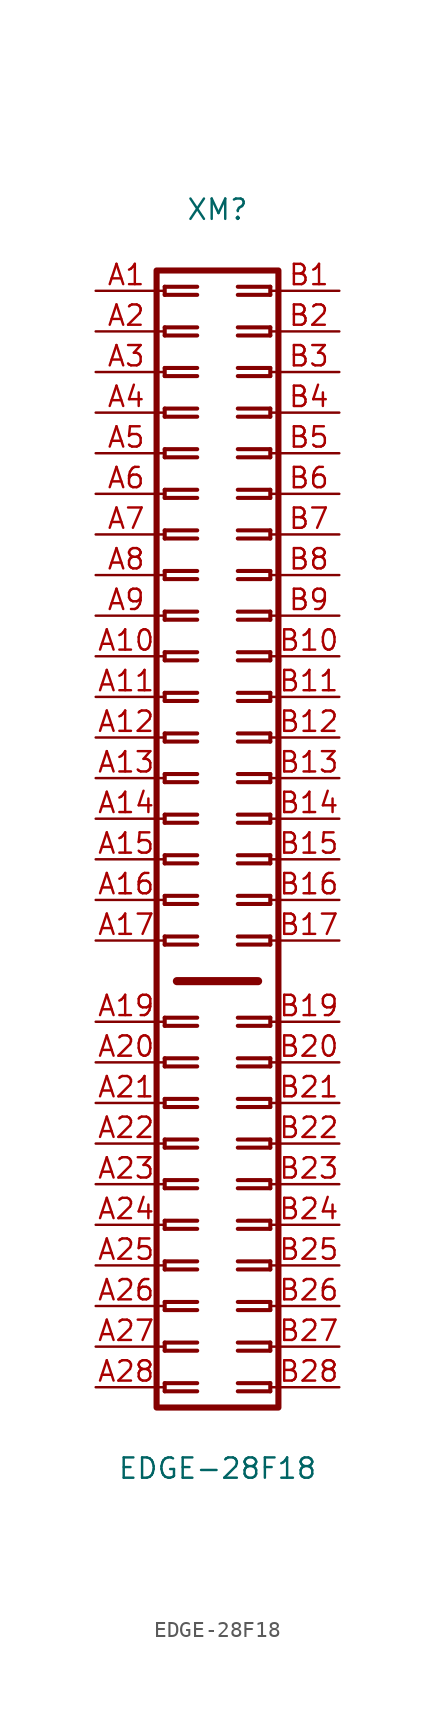
<source format=kicad_sym>
(kicad_symbol_lib
  (version 20231120)
  (generator "kicad_symbol_editor")
  (generator_version "8.0")
  (symbol "EDGE-28F18"
    (pin_names
      (offset 1.016))
    (property "Reference" "XM"
      (at 0 39.37 0)
      (effects (font (size 1.27 1.27))))
    (property "Value" "EDGE-28F18"
      (at 0 -39.37 0)
      (effects (font (size 1.27 1.27))))
    (symbol "EDGE-28F18_0_0"
      (polyline (pts (xy -2.54 -8.89) (xy 2.54 -8.89)) (stroke (width 0.508) (type default)) (fill (type none))))
    (symbol "EDGE-28F18_0_1"
      (rectangle (start -3.81 35.56) (end 3.81 -35.56) (stroke (width 0.381) (type default)) (fill (type none)))
      (polyline (pts (xy -3.81 -34.29) (xy -3.302 -34.29)) (stroke (width 0) (type default)) (fill (type none)))
      (polyline (pts (xy -3.81 -31.75) (xy -3.302 -31.75)) (stroke (width 0) (type default)) (fill (type none)))
      (polyline (pts (xy -3.81 -29.21) (xy -3.302 -29.21)) (stroke (width 0) (type default)) (fill (type none)))
      (polyline (pts (xy -3.81 -26.67) (xy -3.302 -26.67)) (stroke (width 0) (type default)) (fill (type none)))
      (polyline (pts (xy -3.81 -24.13) (xy -3.302 -24.13)) (stroke (width 0) (type default)) (fill (type none)))
      (polyline (pts (xy -3.81 -21.59) (xy -3.302 -21.59)) (stroke (width 0) (type default)) (fill (type none)))
      (polyline (pts (xy -3.81 -19.05) (xy -3.302 -19.05)) (stroke (width 0) (type default)) (fill (type none)))
      (polyline (pts (xy -3.81 -16.51) (xy -3.302 -16.51)) (stroke (width 0) (type default)) (fill (type none)))
      (polyline (pts (xy -3.81 -13.97) (xy -3.302 -13.97)) (stroke (width 0) (type default)) (fill (type none)))
      (polyline (pts (xy -3.81 -11.43) (xy -3.302 -11.43)) (stroke (width 0) (type default)) (fill (type none)))
      (polyline (pts (xy -3.81 -6.35) (xy -3.302 -6.35)) (stroke (width 0) (type default)) (fill (type none)))
      (polyline (pts (xy -3.81 -3.81) (xy -3.302 -3.81)) (stroke (width 0) (type default)) (fill (type none)))
      (polyline (pts (xy -3.81 -1.27) (xy -3.302 -1.27)) (stroke (width 0) (type default)) (fill (type none)))
      (polyline (pts (xy -3.81 1.27) (xy -3.302 1.27)) (stroke (width 0) (type default)) (fill (type none)))
      (polyline (pts (xy -3.81 3.81) (xy -3.302 3.81)) (stroke (width 0) (type default)) (fill (type none)))
      (polyline (pts (xy -3.81 6.35) (xy -3.302 6.35)) (stroke (width 0) (type default)) (fill (type none)))
      (polyline (pts (xy -3.81 8.89) (xy -3.302 8.89)) (stroke (width 0) (type default)) (fill (type none)))
      (polyline (pts (xy -3.81 11.43) (xy -3.302 11.43)) (stroke (width 0) (type default)) (fill (type none)))
      (polyline (pts (xy -3.81 13.97) (xy -3.302 13.97)) (stroke (width 0) (type default)) (fill (type none)))
      (polyline (pts (xy -3.81 16.51) (xy -3.302 16.51)) (stroke (width 0) (type default)) (fill (type none)))
      (polyline (pts (xy -3.81 19.05) (xy -3.302 19.05)) (stroke (width 0) (type default)) (fill (type none)))
      (polyline (pts (xy -3.81 21.59) (xy -3.302 21.59)) (stroke (width 0) (type default)) (fill (type none)))
      (polyline (pts (xy -3.81 24.13) (xy -3.302 24.13)) (stroke (width 0) (type default)) (fill (type none)))
      (polyline (pts (xy -3.81 26.67) (xy -3.302 26.67)) (stroke (width 0) (type default)) (fill (type none)))
      (polyline (pts (xy -3.81 29.21) (xy -3.302 29.21)) (stroke (width 0) (type default)) (fill (type none)))
      (polyline (pts (xy -3.81 31.75) (xy -3.302 31.75)) (stroke (width 0) (type default)) (fill (type none)))
      (polyline (pts (xy -3.81 34.29) (xy -3.302 34.29)) (stroke (width 0) (type default)) (fill (type none)))
      (polyline (pts (xy -3.302 -34.544) (xy -3.302 -34.036)) (stroke (width 0.254) (type default)) (fill (type none)))
      (polyline (pts (xy -3.302 -34.544) (xy -1.27 -34.544)) (stroke (width 0.254) (type default)) (fill (type none)))
      (polyline (pts (xy -3.302 -34.036) (xy -1.27 -34.036)) (stroke (width 0.254) (type default)) (fill (type none)))
      (polyline (pts (xy -3.302 -32.004) (xy -3.302 -31.496)) (stroke (width 0.254) (type default)) (fill (type none)))
      (polyline (pts (xy -3.302 -32.004) (xy -1.27 -32.004)) (stroke (width 0.254) (type default)) (fill (type none)))
      (polyline (pts (xy -3.302 -31.496) (xy -1.27 -31.496)) (stroke (width 0.254) (type default)) (fill (type none)))
      (polyline (pts (xy -3.302 -29.464) (xy -3.302 -28.956)) (stroke (width 0.254) (type default)) (fill (type none)))
      (polyline (pts (xy -3.302 -29.464) (xy -1.27 -29.464)) (stroke (width 0.254) (type default)) (fill (type none)))
      (polyline (pts (xy -3.302 -28.956) (xy -1.27 -28.956)) (stroke (width 0.254) (type default)) (fill (type none)))
      (polyline (pts (xy -3.302 -26.924) (xy -3.302 -26.416)) (stroke (width 0.254) (type default)) (fill (type none)))
      (polyline (pts (xy -3.302 -26.924) (xy -1.27 -26.924)) (stroke (width 0.254) (type default)) (fill (type none)))
      (polyline (pts (xy -3.302 -26.416) (xy -1.27 -26.416)) (stroke (width 0.254) (type default)) (fill (type none)))
      (polyline (pts (xy -3.302 -24.384) (xy -3.302 -23.876)) (stroke (width 0.254) (type default)) (fill (type none)))
      (polyline (pts (xy -3.302 -24.384) (xy -1.27 -24.384)) (stroke (width 0.254) (type default)) (fill (type none)))
      (polyline (pts (xy -3.302 -23.876) (xy -1.27 -23.876)) (stroke (width 0.254) (type default)) (fill (type none)))
      (polyline (pts (xy -3.302 -21.844) (xy -3.302 -21.336)) (stroke (width 0.254) (type default)) (fill (type none)))
      (polyline (pts (xy -3.302 -21.844) (xy -1.27 -21.844)) (stroke (width 0.254) (type default)) (fill (type none)))
      (polyline (pts (xy -3.302 -21.336) (xy -1.27 -21.336)) (stroke (width 0.254) (type default)) (fill (type none)))
      (polyline (pts (xy -3.302 -19.304) (xy -3.302 -18.796)) (stroke (width 0.254) (type default)) (fill (type none)))
      (polyline (pts (xy -3.302 -19.304) (xy -1.27 -19.304)) (stroke (width 0.254) (type default)) (fill (type none)))
      (polyline (pts (xy -3.302 -18.796) (xy -1.27 -18.796)) (stroke (width 0.254) (type default)) (fill (type none)))
      (polyline (pts (xy -3.302 -16.764) (xy -3.302 -16.256)) (stroke (width 0.254) (type default)) (fill (type none)))
      (polyline (pts (xy -3.302 -16.764) (xy -1.27 -16.764)) (stroke (width 0.254) (type default)) (fill (type none)))
      (polyline (pts (xy -3.302 -16.256) (xy -1.27 -16.256)) (stroke (width 0.254) (type default)) (fill (type none)))
      (polyline (pts (xy -3.302 -14.224) (xy -3.302 -13.716)) (stroke (width 0.254) (type default)) (fill (type none)))
      (polyline (pts (xy -3.302 -14.224) (xy -1.27 -14.224)) (stroke (width 0.254) (type default)) (fill (type none)))
      (polyline (pts (xy -3.302 -13.716) (xy -1.27 -13.716)) (stroke (width 0.254) (type default)) (fill (type none)))
      (polyline (pts (xy -3.302 -11.684) (xy -3.302 -11.176)) (stroke (width 0.254) (type default)) (fill (type none)))
      (polyline (pts (xy -3.302 -11.684) (xy -1.27 -11.684)) (stroke (width 0.254) (type default)) (fill (type none)))
      (polyline (pts (xy -3.302 -11.176) (xy -1.27 -11.176)) (stroke (width 0.254) (type default)) (fill (type none)))
      (polyline (pts (xy -3.302 -6.604) (xy -3.302 -6.096)) (stroke (width 0.254) (type default)) (fill (type none)))
      (polyline (pts (xy -3.302 -6.604) (xy -1.27 -6.604)) (stroke (width 0.254) (type default)) (fill (type none)))
      (polyline (pts (xy -3.302 -6.096) (xy -1.27 -6.096)) (stroke (width 0.254) (type default)) (fill (type none)))
      (polyline (pts (xy -3.302 -4.064) (xy -3.302 -3.556)) (stroke (width 0.254) (type default)) (fill (type none)))
      (polyline (pts (xy -3.302 -4.064) (xy -1.27 -4.064)) (stroke (width 0.254) (type default)) (fill (type none)))
      (polyline (pts (xy -3.302 -3.556) (xy -1.27 -3.556)) (stroke (width 0.254) (type default)) (fill (type none)))
      (polyline (pts (xy -3.302 -1.524) (xy -3.302 -1.016)) (stroke (width 0.254) (type default)) (fill (type none)))
      (polyline (pts (xy -3.302 -1.524) (xy -1.27 -1.524)) (stroke (width 0.254) (type default)) (fill (type none)))
      (polyline (pts (xy -3.302 -1.016) (xy -1.27 -1.016)) (stroke (width 0.254) (type default)) (fill (type none)))
      (polyline (pts (xy -3.302 1.016) (xy -3.302 1.524)) (stroke (width 0.254) (type default)) (fill (type none)))
      (polyline (pts (xy -3.302 1.016) (xy -1.27 1.016)) (stroke (width 0.254) (type default)) (fill (type none)))
      (polyline (pts (xy -3.302 1.524) (xy -1.27 1.524)) (stroke (width 0.254) (type default)) (fill (type none)))
      (polyline (pts (xy -3.302 3.556) (xy -3.302 4.064)) (stroke (width 0.254) (type default)) (fill (type none)))
      (polyline (pts (xy -3.302 3.556) (xy -1.27 3.556)) (stroke (width 0.254) (type default)) (fill (type none)))
      (polyline (pts (xy -3.302 4.064) (xy -1.27 4.064)) (stroke (width 0.254) (type default)) (fill (type none)))
      (polyline (pts (xy -3.302 6.096) (xy -3.302 6.604)) (stroke (width 0.254) (type default)) (fill (type none)))
      (polyline (pts (xy -3.302 6.096) (xy -1.27 6.096)) (stroke (width 0.254) (type default)) (fill (type none)))
      (polyline (pts (xy -3.302 6.604) (xy -1.27 6.604)) (stroke (width 0.254) (type default)) (fill (type none)))
      (polyline (pts (xy -3.302 8.636) (xy -3.302 9.144)) (stroke (width 0.254) (type default)) (fill (type none)))
      (polyline (pts (xy -3.302 8.636) (xy -1.27 8.636)) (stroke (width 0.254) (type default)) (fill (type none)))
      (polyline (pts (xy -3.302 9.144) (xy -1.27 9.144)) (stroke (width 0.254) (type default)) (fill (type none)))
      (polyline (pts (xy -3.302 11.176) (xy -3.302 11.684)) (stroke (width 0.254) (type default)) (fill (type none)))
      (polyline (pts (xy -3.302 11.176) (xy -1.27 11.176)) (stroke (width 0.254) (type default)) (fill (type none)))
      (polyline (pts (xy -3.302 11.684) (xy -1.27 11.684)) (stroke (width 0.254) (type default)) (fill (type none)))
      (polyline (pts (xy -3.302 13.716) (xy -3.302 14.224)) (stroke (width 0.254) (type default)) (fill (type none)))
      (polyline (pts (xy -3.302 13.716) (xy -1.27 13.716)) (stroke (width 0.254) (type default)) (fill (type none)))
      (polyline (pts (xy -3.302 14.224) (xy -1.27 14.224)) (stroke (width 0.254) (type default)) (fill (type none)))
      (polyline (pts (xy -3.302 16.256) (xy -3.302 16.764)) (stroke (width 0.254) (type default)) (fill (type none)))
      (polyline (pts (xy -3.302 16.256) (xy -1.27 16.256)) (stroke (width 0.254) (type default)) (fill (type none)))
      (polyline (pts (xy -3.302 16.764) (xy -1.27 16.764)) (stroke (width 0.254) (type default)) (fill (type none)))
      (polyline (pts (xy -3.302 18.796) (xy -3.302 19.304)) (stroke (width 0.254) (type default)) (fill (type none)))
      (polyline (pts (xy -3.302 18.796) (xy -1.27 18.796)) (stroke (width 0.254) (type default)) (fill (type none)))
      (polyline (pts (xy -3.302 19.304) (xy -1.27 19.304)) (stroke (width 0.254) (type default)) (fill (type none)))
      (polyline (pts (xy -3.302 21.336) (xy -3.302 21.844)) (stroke (width 0.254) (type default)) (fill (type none)))
      (polyline (pts (xy -3.302 21.336) (xy -1.27 21.336)) (stroke (width 0.254) (type default)) (fill (type none)))
      (polyline (pts (xy -3.302 21.844) (xy -1.27 21.844)) (stroke (width 0.254) (type default)) (fill (type none)))
      (polyline (pts (xy -3.302 23.876) (xy -3.302 24.384)) (stroke (width 0.254) (type default)) (fill (type none)))
      (polyline (pts (xy -3.302 23.876) (xy -1.27 23.876)) (stroke (width 0.254) (type default)) (fill (type none)))
      (polyline (pts (xy -3.302 24.384) (xy -1.27 24.384)) (stroke (width 0.254) (type default)) (fill (type none)))
      (polyline (pts (xy -3.302 26.416) (xy -3.302 26.924)) (stroke (width 0.254) (type default)) (fill (type none)))
      (polyline (pts (xy -3.302 26.416) (xy -1.27 26.416)) (stroke (width 0.254) (type default)) (fill (type none)))
      (polyline (pts (xy -3.302 26.924) (xy -1.27 26.924)) (stroke (width 0.254) (type default)) (fill (type none)))
      (polyline (pts (xy -3.302 28.956) (xy -3.302 29.464)) (stroke (width 0.254) (type default)) (fill (type none)))
      (polyline (pts (xy -3.302 28.956) (xy -1.27 28.956)) (stroke (width 0.254) (type default)) (fill (type none)))
      (polyline (pts (xy -3.302 29.464) (xy -1.27 29.464)) (stroke (width 0.254) (type default)) (fill (type none)))
      (polyline (pts (xy -3.302 31.496) (xy -3.302 32.004)) (stroke (width 0.254) (type default)) (fill (type none)))
      (polyline (pts (xy -3.302 31.496) (xy -1.27 31.496)) (stroke (width 0.254) (type default)) (fill (type none)))
      (polyline (pts (xy -3.302 32.004) (xy -1.27 32.004)) (stroke (width 0.254) (type default)) (fill (type none)))
      (polyline (pts (xy -3.302 34.036) (xy -3.302 34.544)) (stroke (width 0.254) (type default)) (fill (type none)))
      (polyline (pts (xy -3.302 34.036) (xy -1.27 34.036)) (stroke (width 0.254) (type default)) (fill (type none)))
      (polyline (pts (xy -3.302 34.544) (xy -1.27 34.544)) (stroke (width 0.254) (type default)) (fill (type none)))
      (polyline (pts (xy 3.302 -34.544) (xy 1.27 -34.544)) (stroke (width 0.254) (type default)) (fill (type none)))
      (polyline (pts (xy 3.302 -34.544) (xy 3.302 -34.036)) (stroke (width 0.254) (type default)) (fill (type none)))
      (polyline (pts (xy 3.302 -34.036) (xy 1.27 -34.036)) (stroke (width 0.254) (type default)) (fill (type none)))
      (polyline (pts (xy 3.302 -32.004) (xy 1.27 -32.004)) (stroke (width 0.254) (type default)) (fill (type none)))
      (polyline (pts (xy 3.302 -32.004) (xy 3.302 -31.496)) (stroke (width 0.254) (type default)) (fill (type none)))
      (polyline (pts (xy 3.302 -31.496) (xy 1.27 -31.496)) (stroke (width 0.254) (type default)) (fill (type none)))
      (polyline (pts (xy 3.302 -29.464) (xy 1.27 -29.464)) (stroke (width 0.254) (type default)) (fill (type none)))
      (polyline (pts (xy 3.302 -29.464) (xy 3.302 -28.956)) (stroke (width 0.254) (type default)) (fill (type none)))
      (polyline (pts (xy 3.302 -28.956) (xy 1.27 -28.956)) (stroke (width 0.254) (type default)) (fill (type none)))
      (polyline (pts (xy 3.302 -26.924) (xy 1.27 -26.924)) (stroke (width 0.254) (type default)) (fill (type none)))
      (polyline (pts (xy 3.302 -26.924) (xy 3.302 -26.416)) (stroke (width 0.254) (type default)) (fill (type none)))
      (polyline (pts (xy 3.302 -26.416) (xy 1.27 -26.416)) (stroke (width 0.254) (type default)) (fill (type none)))
      (polyline (pts (xy 3.302 -24.384) (xy 1.27 -24.384)) (stroke (width 0.254) (type default)) (fill (type none)))
      (polyline (pts (xy 3.302 -24.384) (xy 3.302 -23.876)) (stroke (width 0.254) (type default)) (fill (type none)))
      (polyline (pts (xy 3.302 -23.876) (xy 1.27 -23.876)) (stroke (width 0.254) (type default)) (fill (type none)))
      (polyline (pts (xy 3.302 -21.844) (xy 1.27 -21.844)) (stroke (width 0.254) (type default)) (fill (type none)))
      (polyline (pts (xy 3.302 -21.844) (xy 3.302 -21.336)) (stroke (width 0.254) (type default)) (fill (type none)))
      (polyline (pts (xy 3.302 -21.336) (xy 1.27 -21.336)) (stroke (width 0.254) (type default)) (fill (type none)))
      (polyline (pts (xy 3.302 -19.304) (xy 1.27 -19.304)) (stroke (width 0.254) (type default)) (fill (type none)))
      (polyline (pts (xy 3.302 -19.304) (xy 3.302 -18.796)) (stroke (width 0.254) (type default)) (fill (type none)))
      (polyline (pts (xy 3.302 -18.796) (xy 1.27 -18.796)) (stroke (width 0.254) (type default)) (fill (type none)))
      (polyline (pts (xy 3.302 -16.764) (xy 1.27 -16.764)) (stroke (width 0.254) (type default)) (fill (type none)))
      (polyline (pts (xy 3.302 -16.764) (xy 3.302 -16.256)) (stroke (width 0.254) (type default)) (fill (type none)))
      (polyline (pts (xy 3.302 -16.256) (xy 1.27 -16.256)) (stroke (width 0.254) (type default)) (fill (type none)))
      (polyline (pts (xy 3.302 -14.224) (xy 1.27 -14.224)) (stroke (width 0.254) (type default)) (fill (type none)))
      (polyline (pts (xy 3.302 -14.224) (xy 3.302 -13.716)) (stroke (width 0.254) (type default)) (fill (type none)))
      (polyline (pts (xy 3.302 -13.716) (xy 1.27 -13.716)) (stroke (width 0.254) (type default)) (fill (type none)))
      (polyline (pts (xy 3.302 -11.684) (xy 1.27 -11.684)) (stroke (width 0.254) (type default)) (fill (type none)))
      (polyline (pts (xy 3.302 -11.684) (xy 3.302 -11.176)) (stroke (width 0.254) (type default)) (fill (type none)))
      (polyline (pts (xy 3.302 -11.176) (xy 1.27 -11.176)) (stroke (width 0.254) (type default)) (fill (type none)))
      (polyline (pts (xy 3.302 -6.604) (xy 1.27 -6.604)) (stroke (width 0.254) (type default)) (fill (type none)))
      (polyline (pts (xy 3.302 -6.604) (xy 3.302 -6.096)) (stroke (width 0.254) (type default)) (fill (type none)))
      (polyline (pts (xy 3.302 -6.096) (xy 1.27 -6.096)) (stroke (width 0.254) (type default)) (fill (type none)))
      (polyline (pts (xy 3.302 -4.064) (xy 1.27 -4.064)) (stroke (width 0.254) (type default)) (fill (type none)))
      (polyline (pts (xy 3.302 -4.064) (xy 3.302 -3.556)) (stroke (width 0.254) (type default)) (fill (type none)))
      (polyline (pts (xy 3.302 -3.556) (xy 1.27 -3.556)) (stroke (width 0.254) (type default)) (fill (type none)))
      (polyline (pts (xy 3.302 -1.524) (xy 1.27 -1.524)) (stroke (width 0.254) (type default)) (fill (type none)))
      (polyline (pts (xy 3.302 -1.524) (xy 3.302 -1.016)) (stroke (width 0.254) (type default)) (fill (type none)))
      (polyline (pts (xy 3.302 -1.016) (xy 1.27 -1.016)) (stroke (width 0.254) (type default)) (fill (type none)))
      (polyline (pts (xy 3.302 1.016) (xy 1.27 1.016)) (stroke (width 0.254) (type default)) (fill (type none)))
      (polyline (pts (xy 3.302 1.016) (xy 3.302 1.524)) (stroke (width 0.254) (type default)) (fill (type none)))
      (polyline (pts (xy 3.302 1.524) (xy 1.27 1.524)) (stroke (width 0.254) (type default)) (fill (type none)))
      (polyline (pts (xy 3.302 3.556) (xy 1.27 3.556)) (stroke (width 0.254) (type default)) (fill (type none)))
      (polyline (pts (xy 3.302 3.556) (xy 3.302 4.064)) (stroke (width 0.254) (type default)) (fill (type none)))
      (polyline (pts (xy 3.302 4.064) (xy 1.27 4.064)) (stroke (width 0.254) (type default)) (fill (type none)))
      (polyline (pts (xy 3.302 6.096) (xy 1.27 6.096)) (stroke (width 0.254) (type default)) (fill (type none)))
      (polyline (pts (xy 3.302 6.096) (xy 3.302 6.604)) (stroke (width 0.254) (type default)) (fill (type none)))
      (polyline (pts (xy 3.302 6.604) (xy 1.27 6.604)) (stroke (width 0.254) (type default)) (fill (type none)))
      (polyline (pts (xy 3.302 8.636) (xy 1.27 8.636)) (stroke (width 0.254) (type default)) (fill (type none)))
      (polyline (pts (xy 3.302 8.636) (xy 3.302 9.144)) (stroke (width 0.254) (type default)) (fill (type none)))
      (polyline (pts (xy 3.302 9.144) (xy 1.27 9.144)) (stroke (width 0.254) (type default)) (fill (type none)))
      (polyline (pts (xy 3.302 11.176) (xy 1.27 11.176)) (stroke (width 0.254) (type default)) (fill (type none)))
      (polyline (pts (xy 3.302 11.176) (xy 3.302 11.684)) (stroke (width 0.254) (type default)) (fill (type none)))
      (polyline (pts (xy 3.302 11.684) (xy 1.27 11.684)) (stroke (width 0.254) (type default)) (fill (type none)))
      (polyline (pts (xy 3.302 13.716) (xy 1.27 13.716)) (stroke (width 0.254) (type default)) (fill (type none)))
      (polyline (pts (xy 3.302 13.716) (xy 3.302 14.224)) (stroke (width 0.254) (type default)) (fill (type none)))
      (polyline (pts (xy 3.302 14.224) (xy 1.27 14.224)) (stroke (width 0.254) (type default)) (fill (type none)))
      (polyline (pts (xy 3.302 16.256) (xy 1.27 16.256)) (stroke (width 0.254) (type default)) (fill (type none)))
      (polyline (pts (xy 3.302 16.256) (xy 3.302 16.764)) (stroke (width 0.254) (type default)) (fill (type none)))
      (polyline (pts (xy 3.302 16.764) (xy 1.27 16.764)) (stroke (width 0.254) (type default)) (fill (type none)))
      (polyline (pts (xy 3.302 18.796) (xy 1.27 18.796)) (stroke (width 0.254) (type default)) (fill (type none)))
      (polyline (pts (xy 3.302 18.796) (xy 3.302 19.304)) (stroke (width 0.254) (type default)) (fill (type none)))
      (polyline (pts (xy 3.302 19.304) (xy 1.27 19.304)) (stroke (width 0.254) (type default)) (fill (type none)))
      (polyline (pts (xy 3.302 21.336) (xy 1.27 21.336)) (stroke (width 0.254) (type default)) (fill (type none)))
      (polyline (pts (xy 3.302 21.336) (xy 3.302 21.844)) (stroke (width 0.254) (type default)) (fill (type none)))
      (polyline (pts (xy 3.302 21.844) (xy 1.27 21.844)) (stroke (width 0.254) (type default)) (fill (type none)))
      (polyline (pts (xy 3.302 23.876) (xy 1.27 23.876)) (stroke (width 0.254) (type default)) (fill (type none)))
      (polyline (pts (xy 3.302 23.876) (xy 3.302 24.384)) (stroke (width 0.254) (type default)) (fill (type none)))
      (polyline (pts (xy 3.302 24.384) (xy 1.27 24.384)) (stroke (width 0.254) (type default)) (fill (type none)))
      (polyline (pts (xy 3.302 26.416) (xy 1.27 26.416)) (stroke (width 0.254) (type default)) (fill (type none)))
      (polyline (pts (xy 3.302 26.416) (xy 3.302 26.924)) (stroke (width 0.254) (type default)) (fill (type none)))
      (polyline (pts (xy 3.302 26.924) (xy 1.27 26.924)) (stroke (width 0.254) (type default)) (fill (type none)))
      (polyline (pts (xy 3.302 28.956) (xy 1.27 28.956)) (stroke (width 0.254) (type default)) (fill (type none)))
      (polyline (pts (xy 3.302 28.956) (xy 3.302 29.464)) (stroke (width 0.254) (type default)) (fill (type none)))
      (polyline (pts (xy 3.302 29.464) (xy 1.27 29.464)) (stroke (width 0.254) (type default)) (fill (type none)))
      (polyline (pts (xy 3.302 31.496) (xy 1.27 31.496)) (stroke (width 0.254) (type default)) (fill (type none)))
      (polyline (pts (xy 3.302 31.496) (xy 3.302 32.004)) (stroke (width 0.254) (type default)) (fill (type none)))
      (polyline (pts (xy 3.302 32.004) (xy 1.27 32.004)) (stroke (width 0.254) (type default)) (fill (type none)))
      (polyline (pts (xy 3.302 34.036) (xy 1.27 34.036)) (stroke (width 0.254) (type default)) (fill (type none)))
      (polyline (pts (xy 3.302 34.036) (xy 3.302 34.544)) (stroke (width 0.254) (type default)) (fill (type none)))
      (polyline (pts (xy 3.302 34.544) (xy 1.27 34.544)) (stroke (width 0.254) (type default)) (fill (type none)))
      (polyline (pts (xy 3.81 -34.29) (xy 3.302 -34.29)) (stroke (width 0) (type default)) (fill (type none)))
      (polyline (pts (xy 3.81 -31.75) (xy 3.302 -31.75)) (stroke (width 0) (type default)) (fill (type none)))
      (polyline (pts (xy 3.81 -29.21) (xy 3.302 -29.21)) (stroke (width 0) (type default)) (fill (type none)))
      (polyline (pts (xy 3.81 -26.67) (xy 3.302 -26.67)) (stroke (width 0) (type default)) (fill (type none)))
      (polyline (pts (xy 3.81 -24.13) (xy 3.302 -24.13)) (stroke (width 0) (type default)) (fill (type none)))
      (polyline (pts (xy 3.81 -21.59) (xy 3.302 -21.59)) (stroke (width 0) (type default)) (fill (type none)))
      (polyline (pts (xy 3.81 -19.05) (xy 3.302 -19.05)) (stroke (width 0) (type default)) (fill (type none)))
      (polyline (pts (xy 3.81 -16.51) (xy 3.302 -16.51)) (stroke (width 0) (type default)) (fill (type none)))
      (polyline (pts (xy 3.81 -13.97) (xy 3.302 -13.97)) (stroke (width 0) (type default)) (fill (type none)))
      (polyline (pts (xy 3.81 -11.43) (xy 3.302 -11.43)) (stroke (width 0) (type default)) (fill (type none)))
      (polyline (pts (xy 3.81 -6.35) (xy 3.302 -6.35)) (stroke (width 0) (type default)) (fill (type none)))
      (polyline (pts (xy 3.81 -3.81) (xy 3.302 -3.81)) (stroke (width 0) (type default)) (fill (type none)))
      (polyline (pts (xy 3.81 -1.27) (xy 3.302 -1.27)) (stroke (width 0) (type default)) (fill (type none)))
      (polyline (pts (xy 3.81 1.27) (xy 3.302 1.27)) (stroke (width 0) (type default)) (fill (type none)))
      (polyline (pts (xy 3.81 3.81) (xy 3.302 3.81)) (stroke (width 0) (type default)) (fill (type none)))
      (polyline (pts (xy 3.81 6.35) (xy 3.302 6.35)) (stroke (width 0) (type default)) (fill (type none)))
      (polyline (pts (xy 3.81 8.89) (xy 3.302 8.89)) (stroke (width 0) (type default)) (fill (type none)))
      (polyline (pts (xy 3.81 11.43) (xy 3.302 11.43)) (stroke (width 0) (type default)) (fill (type none)))
      (polyline (pts (xy 3.81 13.97) (xy 3.302 13.97)) (stroke (width 0) (type default)) (fill (type none)))
      (polyline (pts (xy 3.81 16.51) (xy 3.302 16.51)) (stroke (width 0) (type default)) (fill (type none)))
      (polyline (pts (xy 3.81 19.05) (xy 3.302 19.05)) (stroke (width 0) (type default)) (fill (type none)))
      (polyline (pts (xy 3.81 21.59) (xy 3.302 21.59)) (stroke (width 0) (type default)) (fill (type none)))
      (polyline (pts (xy 3.81 24.13) (xy 3.302 24.13)) (stroke (width 0) (type default)) (fill (type none)))
      (polyline (pts (xy 3.81 26.67) (xy 3.302 26.67)) (stroke (width 0) (type default)) (fill (type none)))
      (polyline (pts (xy 3.81 29.21) (xy 3.302 29.21)) (stroke (width 0) (type default)) (fill (type none)))
      (polyline (pts (xy 3.81 31.75) (xy 3.302 31.75)) (stroke (width 0) (type default)) (fill (type none)))
      (polyline (pts (xy 3.81 34.29) (xy 3.302 34.29)) (stroke (width 0) (type default)) (fill (type none))))
    (symbol "EDGE-28F18_1_1"
      (pin passive line (at -7.62 34.29 0) (length 3.81) (name "~" (effects (font (size 1.27 1.27)))) (number "A1" (effects (font (size 1.27 1.27)))))
      (pin passive line (at -7.62 11.43 0) (length 3.81) (name "~" (effects (font (size 1.27 1.27)))) (number "A10" (effects (font (size 1.27 1.27)))))
      (pin passive line (at -7.62 8.89 0) (length 3.81) (name "~" (effects (font (size 1.27 1.27)))) (number "A11" (effects (font (size 1.27 1.27)))))
      (pin passive line (at -7.62 6.35 0) (length 3.81) (name "~" (effects (font (size 1.27 1.27)))) (number "A12" (effects (font (size 1.27 1.27)))))
      (pin passive line (at -7.62 3.81 0) (length 3.81) (name "~" (effects (font (size 1.27 1.27)))) (number "A13" (effects (font (size 1.27 1.27)))))
      (pin passive line (at -7.62 1.27 0) (length 3.81) (name "~" (effects (font (size 1.27 1.27)))) (number "A14" (effects (font (size 1.27 1.27)))))
      (pin passive line (at -7.62 -1.27 0) (length 3.81) (name "~" (effects (font (size 1.27 1.27)))) (number "A15" (effects (font (size 1.27 1.27)))))
      (pin passive line (at -7.62 -3.81 0) (length 3.81) (name "~" (effects (font (size 1.27 1.27)))) (number "A16" (effects (font (size 1.27 1.27)))))
      (pin passive line (at -7.62 -6.35 0) (length 3.81) (name "~" (effects (font (size 1.27 1.27)))) (number "A17" (effects (font (size 1.27 1.27)))))
      (pin passive line (at -7.62 -11.43 0) (length 3.81) (name "~" (effects (font (size 1.27 1.27)))) (number "A19" (effects (font (size 1.27 1.27)))))
      (pin passive line (at -7.62 31.75 0) (length 3.81) (name "~" (effects (font (size 1.27 1.27)))) (number "A2" (effects (font (size 1.27 1.27)))))
      (pin passive line (at -7.62 -13.97 0) (length 3.81) (name "~" (effects (font (size 1.27 1.27)))) (number "A20" (effects (font (size 1.27 1.27)))))
      (pin passive line (at -7.62 -16.51 0) (length 3.81) (name "~" (effects (font (size 1.27 1.27)))) (number "A21" (effects (font (size 1.27 1.27)))))
      (pin passive line (at -7.62 -19.05 0) (length 3.81) (name "~" (effects (font (size 1.27 1.27)))) (number "A22" (effects (font (size 1.27 1.27)))))
      (pin passive line (at -7.62 -21.59 0) (length 3.81) (name "~" (effects (font (size 1.27 1.27)))) (number "A23" (effects (font (size 1.27 1.27)))))
      (pin passive line (at -7.62 -24.13 0) (length 3.81) (name "~" (effects (font (size 1.27 1.27)))) (number "A24" (effects (font (size 1.27 1.27)))))
      (pin passive line (at -7.62 -26.67 0) (length 3.81) (name "~" (effects (font (size 1.27 1.27)))) (number "A25" (effects (font (size 1.27 1.27)))))
      (pin passive line (at -7.62 -29.21 0) (length 3.81) (name "~" (effects (font (size 1.27 1.27)))) (number "A26" (effects (font (size 1.27 1.27)))))
      (pin passive line (at -7.62 -31.75 0) (length 3.81) (name "~" (effects (font (size 1.27 1.27)))) (number "A27" (effects (font (size 1.27 1.27)))))
      (pin passive line (at -7.62 -34.29 0) (length 3.81) (name "~" (effects (font (size 1.27 1.27)))) (number "A28" (effects (font (size 1.27 1.27)))))
      (pin passive line (at -7.62 29.21 0) (length 3.81) (name "~" (effects (font (size 1.27 1.27)))) (number "A3" (effects (font (size 1.27 1.27)))))
      (pin passive line (at -7.62 26.67 0) (length 3.81) (name "~" (effects (font (size 1.27 1.27)))) (number "A4" (effects (font (size 1.27 1.27)))))
      (pin passive line (at -7.62 24.13 0) (length 3.81) (name "~" (effects (font (size 1.27 1.27)))) (number "A5" (effects (font (size 1.27 1.27)))))
      (pin passive line (at -7.62 21.59 0) (length 3.81) (name "~" (effects (font (size 1.27 1.27)))) (number "A6" (effects (font (size 1.27 1.27)))))
      (pin passive line (at -7.62 19.05 0) (length 3.81) (name "~" (effects (font (size 1.27 1.27)))) (number "A7" (effects (font (size 1.27 1.27)))))
      (pin passive line (at -7.62 16.51 0) (length 3.81) (name "~" (effects (font (size 1.27 1.27)))) (number "A8" (effects (font (size 1.27 1.27)))))
      (pin passive line (at -7.62 13.97 0) (length 3.81) (name "~" (effects (font (size 1.27 1.27)))) (number "A9" (effects (font (size 1.27 1.27)))))
      (pin passive line (at 7.62 34.29 180) (length 3.81) (name "~" (effects (font (size 1.27 1.27)))) (number "B1" (effects (font (size 1.27 1.27)))))
      (pin passive line (at 7.62 11.43 180) (length 3.81) (name "~" (effects (font (size 1.27 1.27)))) (number "B10" (effects (font (size 1.27 1.27)))))
      (pin passive line (at 7.62 8.89 180) (length 3.81) (name "~" (effects (font (size 1.27 1.27)))) (number "B11" (effects (font (size 1.27 1.27)))))
      (pin passive line (at 7.62 6.35 180) (length 3.81) (name "~" (effects (font (size 1.27 1.27)))) (number "B12" (effects (font (size 1.27 1.27)))))
      (pin passive line (at 7.62 3.81 180) (length 3.81) (name "~" (effects (font (size 1.27 1.27)))) (number "B13" (effects (font (size 1.27 1.27)))))
      (pin passive line (at 7.62 1.27 180) (length 3.81) (name "~" (effects (font (size 1.27 1.27)))) (number "B14" (effects (font (size 1.27 1.27)))))
      (pin passive line (at 7.62 -1.27 180) (length 3.81) (name "~" (effects (font (size 1.27 1.27)))) (number "B15" (effects (font (size 1.27 1.27)))))
      (pin passive line (at 7.62 -3.81 180) (length 3.81) (name "~" (effects (font (size 1.27 1.27)))) (number "B16" (effects (font (size 1.27 1.27)))))
      (pin passive line (at 7.62 -6.35 180) (length 3.81) (name "~" (effects (font (size 1.27 1.27)))) (number "B17" (effects (font (size 1.27 1.27)))))
      (pin passive line (at 7.62 -11.43 180) (length 3.81) (name "~" (effects (font (size 1.27 1.27)))) (number "B19" (effects (font (size 1.27 1.27)))))
      (pin passive line (at 7.62 31.75 180) (length 3.81) (name "~" (effects (font (size 1.27 1.27)))) (number "B2" (effects (font (size 1.27 1.27)))))
      (pin passive line (at 7.62 -13.97 180) (length 3.81) (name "~" (effects (font (size 1.27 1.27)))) (number "B20" (effects (font (size 1.27 1.27)))))
      (pin passive line (at 7.62 -16.51 180) (length 3.81) (name "~" (effects (font (size 1.27 1.27)))) (number "B21" (effects (font (size 1.27 1.27)))))
      (pin passive line (at 7.62 -19.05 180) (length 3.81) (name "~" (effects (font (size 1.27 1.27)))) (number "B22" (effects (font (size 1.27 1.27)))))
      (pin passive line (at 7.62 -21.59 180) (length 3.81) (name "~" (effects (font (size 1.27 1.27)))) (number "B23" (effects (font (size 1.27 1.27)))))
      (pin passive line (at 7.62 -24.13 180) (length 3.81) (name "~" (effects (font (size 1.27 1.27)))) (number "B24" (effects (font (size 1.27 1.27)))))
      (pin passive line (at 7.62 -26.67 180) (length 3.81) (name "~" (effects (font (size 1.27 1.27)))) (number "B25" (effects (font (size 1.27 1.27)))))
      (pin passive line (at 7.62 -29.21 180) (length 3.81) (name "~" (effects (font (size 1.27 1.27)))) (number "B26" (effects (font (size 1.27 1.27)))))
      (pin passive line (at 7.62 -31.75 180) (length 3.81) (name "~" (effects (font (size 1.27 1.27)))) (number "B27" (effects (font (size 1.27 1.27)))))
      (pin passive line (at 7.62 -34.29 180) (length 3.81) (name "~" (effects (font (size 1.27 1.27)))) (number "B28" (effects (font (size 1.27 1.27)))))
      (pin passive line (at 7.62 29.21 180) (length 3.81) (name "~" (effects (font (size 1.27 1.27)))) (number "B3" (effects (font (size 1.27 1.27)))))
      (pin passive line (at 7.62 26.67 180) (length 3.81) (name "~" (effects (font (size 1.27 1.27)))) (number "B4" (effects (font (size 1.27 1.27)))))
      (pin passive line (at 7.62 24.13 180) (length 3.81) (name "~" (effects (font (size 1.27 1.27)))) (number "B5" (effects (font (size 1.27 1.27)))))
      (pin passive line (at 7.62 21.59 180) (length 3.81) (name "~" (effects (font (size 1.27 1.27)))) (number "B6" (effects (font (size 1.27 1.27)))))
      (pin passive line (at 7.62 19.05 180) (length 3.81) (name "~" (effects (font (size 1.27 1.27)))) (number "B7" (effects (font (size 1.27 1.27)))))
      (pin passive line (at 7.62 16.51 180) (length 3.81) (name "~" (effects (font (size 1.27 1.27)))) (number "B8" (effects (font (size 1.27 1.27)))))
      (pin passive line (at 7.62 13.97 180) (length 3.81) (name "~" (effects (font (size 1.27 1.27)))) (number "B9" (effects (font (size 1.27 1.27))))))))
</source>
